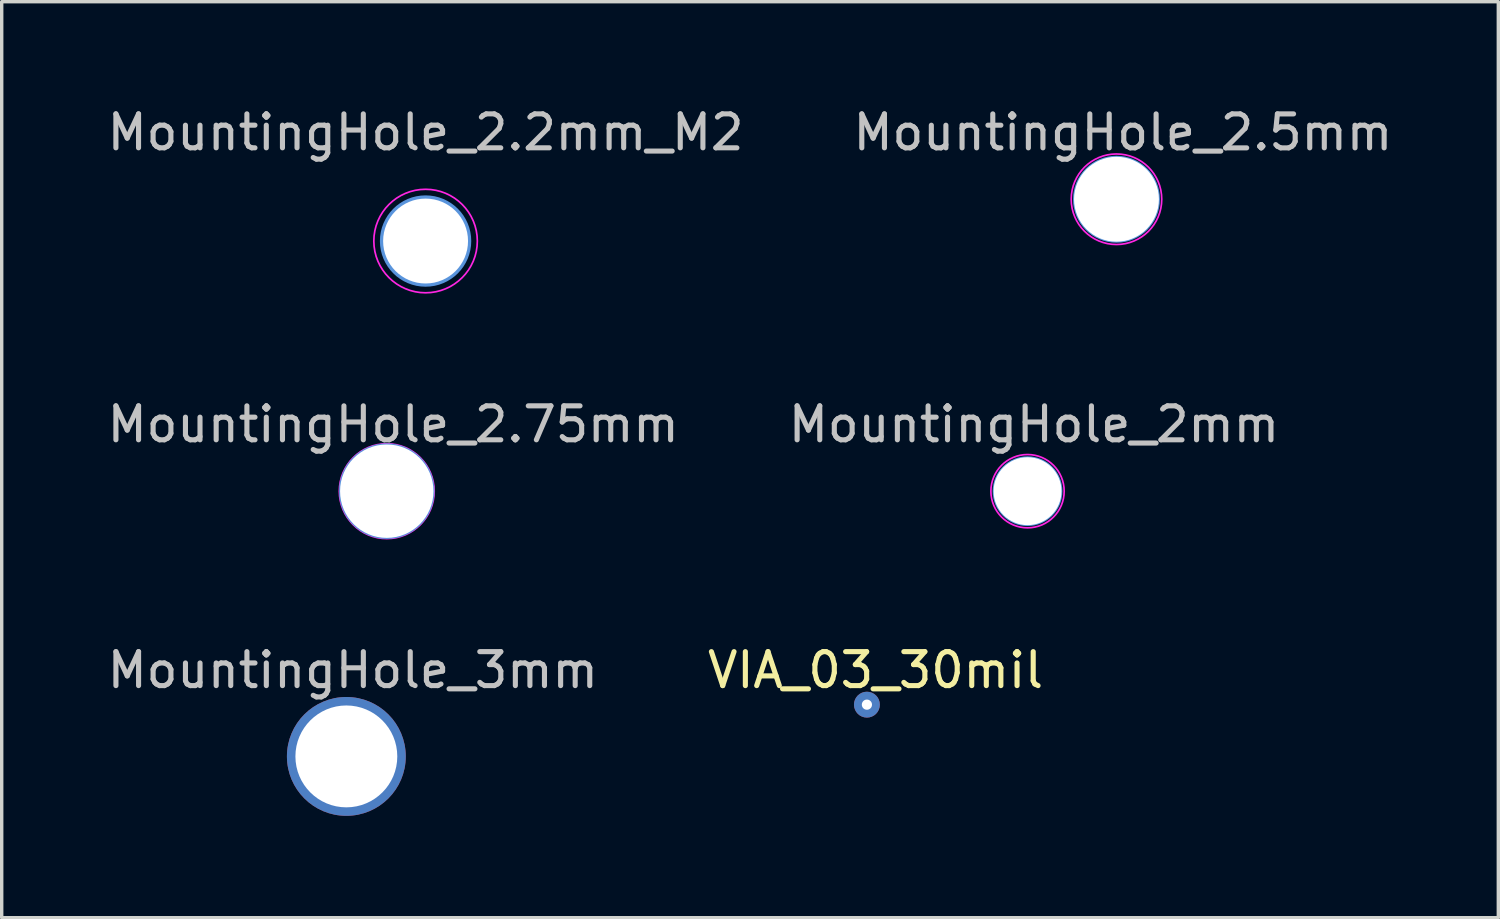
<source format=kicad_pcb>
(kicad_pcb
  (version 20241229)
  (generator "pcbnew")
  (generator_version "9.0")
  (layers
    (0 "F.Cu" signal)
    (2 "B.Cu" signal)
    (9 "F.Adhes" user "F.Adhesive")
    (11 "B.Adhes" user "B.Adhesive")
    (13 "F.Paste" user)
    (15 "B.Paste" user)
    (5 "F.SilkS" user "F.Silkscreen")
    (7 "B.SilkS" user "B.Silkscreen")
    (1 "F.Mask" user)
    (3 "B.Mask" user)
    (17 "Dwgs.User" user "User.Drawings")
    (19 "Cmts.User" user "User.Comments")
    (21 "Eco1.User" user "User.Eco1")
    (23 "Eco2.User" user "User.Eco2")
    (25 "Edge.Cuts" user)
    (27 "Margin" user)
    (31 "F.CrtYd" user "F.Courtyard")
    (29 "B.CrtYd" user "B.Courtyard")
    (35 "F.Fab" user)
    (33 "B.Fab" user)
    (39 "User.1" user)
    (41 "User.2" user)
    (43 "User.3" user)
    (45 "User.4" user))
  (footprint "VIA_03_30mil"
    (layer "F.Cu")
    (at 22.478 17.7)
    (property "Reference" "VIA_03_30mil" (at 0.254 -1.016 0) (layer "F.SilkS") (effects (font (size 1 1) (thickness 0.15))))
    (attr through_hole)
    (pad "1" thru_hole circle (at 0 0) (size 0.762 0.762) (drill 0.3) (layers "*.Cu")))
  (footprint "MountingHole_3mm"
    (layer "F.Cu")
    (at 7.149 19.224)
    (property "Reference" "MountingHole_3mm" (at 0.191 -2.54 0) (layer "Dwgs.User") (effects (font (size 1 1) (thickness 0.15))))
    (attr through_hole)
    (fp_circle (center 0 0) (end 0.953 0) (stroke (width 0.15) (type solid)) (fill no) (layer "Cmts.User"))
    (fp_circle (center 0 0) (end 1.079 0) (stroke (width 0.05) (type solid)) (fill no) (layer "F.CrtYd"))
    (pad "" np_thru_hole circle (at 0 0) (size 3.5 3.5) (drill 3) (layers "*.Cu" "*.Mask")))
  (footprint "MountingHole_2.75mm"
    (layer "F.Cu")
    (at 8.339 11.414)
    (property "Reference" "MountingHole_2.75mm" (at 0.191 -1.968 0) (layer "Dwgs.User") (effects (font (size 1 1) (thickness 0.15))))
    (attr through_hole)
    (fp_circle (center 0 0) (end 1.333 0) (stroke (width 0.15) (type solid)) (fill no) (layer "Cmts.User"))
    (fp_circle (center 0 0) (end 1.397 0) (stroke (width 0.05) (type solid)) (fill no) (layer "F.CrtYd"))
    (pad "" np_thru_hole circle (at 0 0) (size 2.75 2.75) (drill 2.75) (layers "*.Cu" "*.Mask")))
  (footprint "MountingHole_2mm"
    (layer "F.Cu")
    (at 27.208 11.414)
    (property "Reference" "MountingHole_2mm" (at 0.191 -1.968 0) (layer "Dwgs.User") (effects (font (size 1 1) (thickness 0.15))))
    (attr through_hole)
    (fp_circle (center 0 0) (end 0.953 0) (stroke (width 0.15) (type solid)) (fill no) (layer "Cmts.User"))
    (fp_circle (center 0 0) (end 1.079 0) (stroke (width 0.05) (type solid)) (fill no) (layer "F.CrtYd"))
    (pad "" np_thru_hole circle (at 0 0) (size 2 2) (drill 2) (layers "*.Cu" "*.Mask")))
  (footprint "MountingHole_2.2mm_M2"
    (layer "F.Cu")
    (at 9.482 4.048)
    (property "Reference" "MountingHole_2.2mm_M2" (at 0 -3.2 0) (layer "Dwgs.User") (effects (font (size 1 1) (thickness 0.15))))
    (attr through_hole)
    (fp_circle (center 0 0) (end 1.27 0) (stroke (width 0.15) (type solid)) (fill no) (layer "Cmts.User"))
    (fp_circle (center 0 0) (end 1.524 0) (stroke (width 0.05) (type solid)) (fill no) (layer "F.CrtYd"))
    (pad "" np_thru_hole circle (at 0 0) (size 2.5 2.5) (drill 2.5) (layers "*.Cu" "*.Mask")))
  (footprint "MountingHole_2.5mm"
    (layer "F.Cu")
    (at 29.827 2.817)
    (property "Reference" "MountingHole_2.5mm" (at 0.191 -1.968 0) (layer "Dwgs.User") (effects (font (size 1 1) (thickness 0.15))))
    (attr through_hole)
    (fp_circle (center 0 0) (end 1.206 0) (stroke (width 0.15) (type solid)) (fill no) (layer "Cmts.User"))
    (fp_circle (center 0 0) (end 1.333 0) (stroke (width 0.05) (type solid)) (fill no) (layer "F.CrtYd"))
    (pad "" np_thru_hole circle (at 0 0) (size 2.5 2.5) (drill 2.5) (layers "*.Cu" "*.Mask")))
  (gr_rect
    (start -3 -3)
    (end 41.071 23.974)
    (stroke (width 0.1) (type default))
    (fill no)
    (layer "Edge.Cuts")))
</source>
